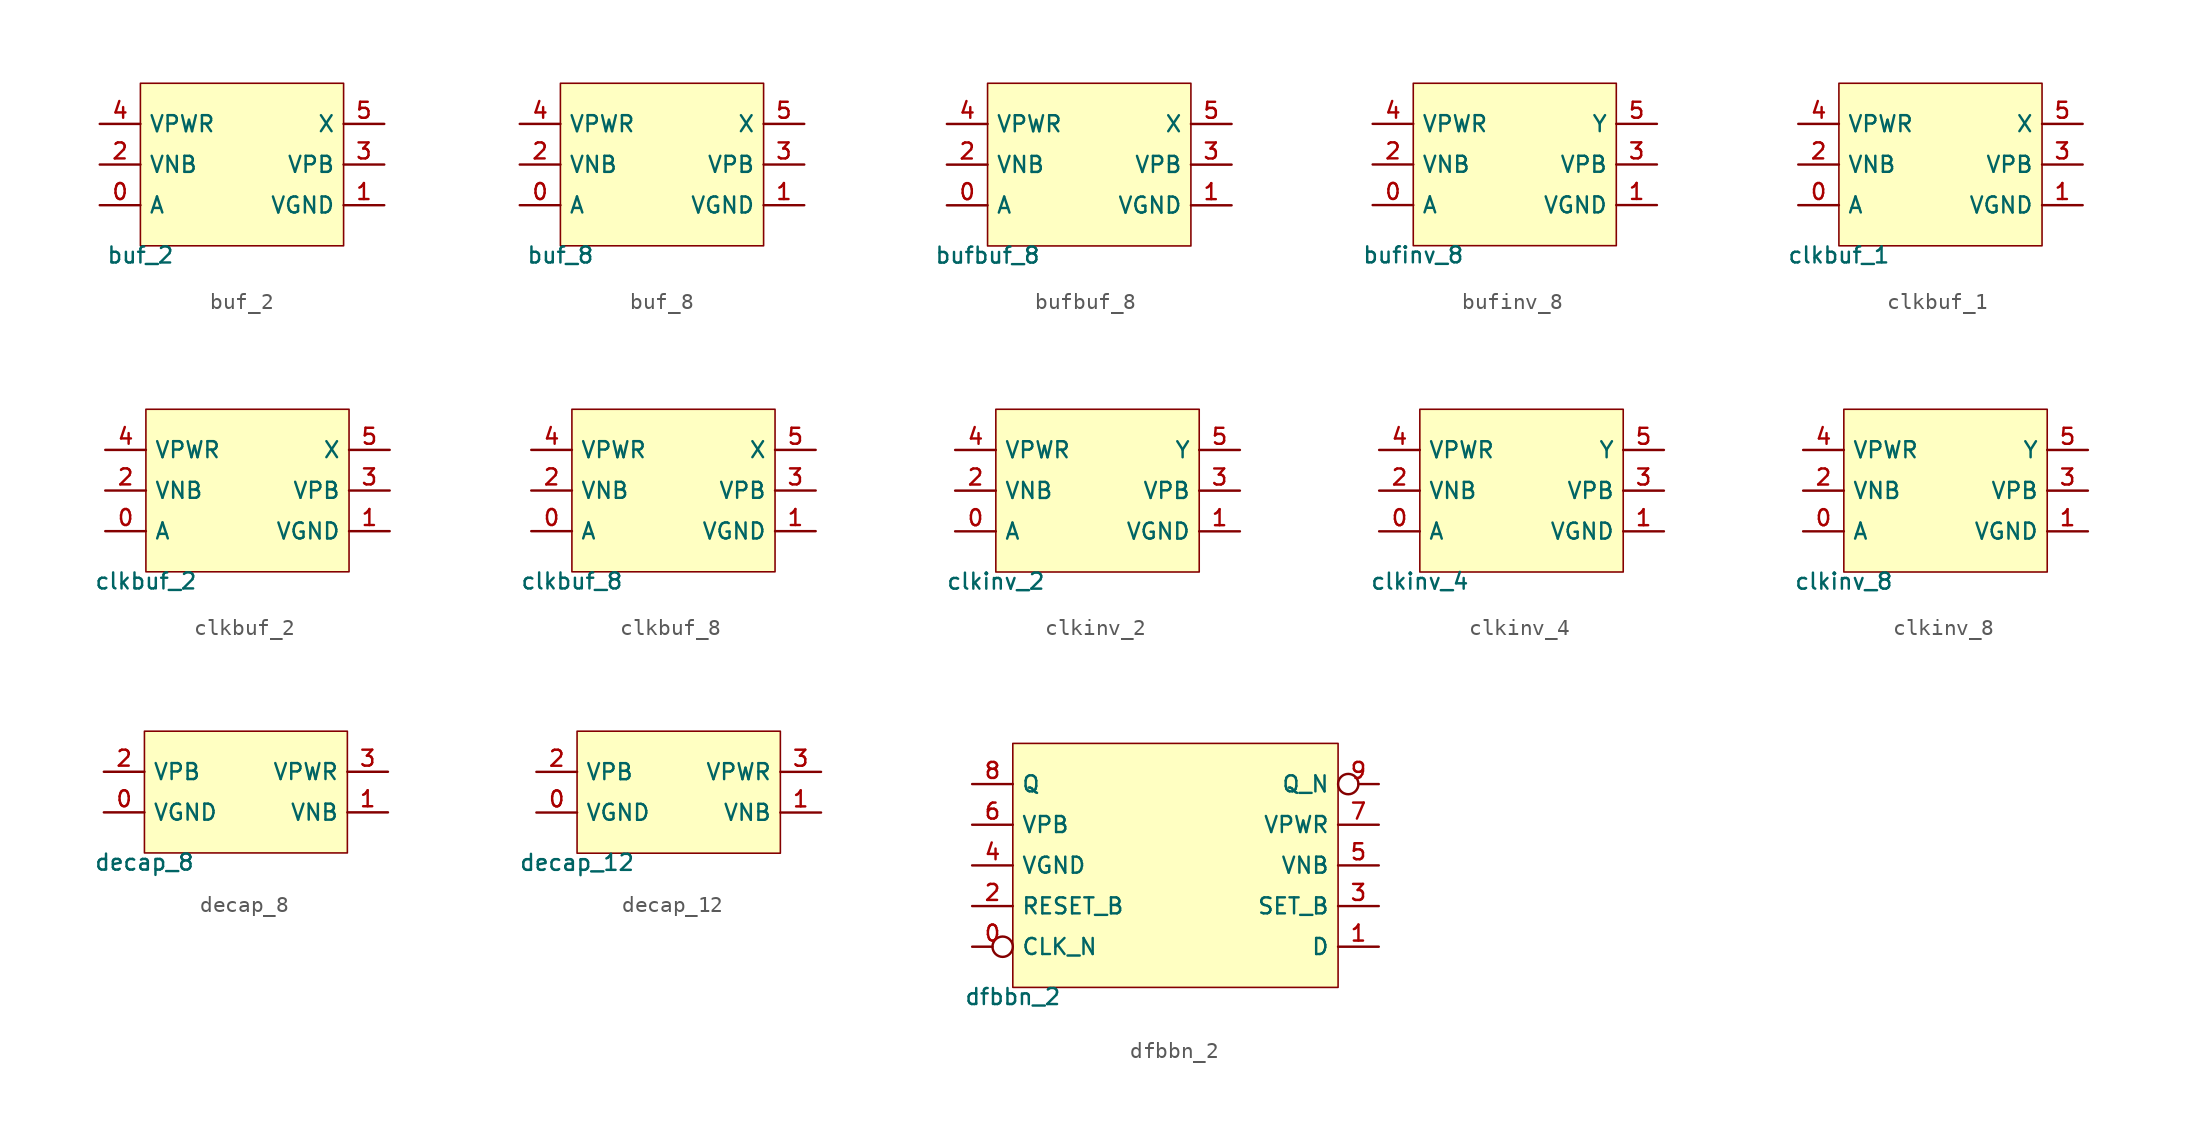
<source format=kicad_sym>
(kicad_symbol_lib
  (version 20211014)
  (generator pdk2kicad)
  (symbol "buf_2"
    (property "Reference" "X"
      (at 0 0 0)
      (effects (font (size 1 1)) hide))
    (property "Value" "buf_2"
      (at -6.35 -5.08 0)
      (effects (font (size 1 1)) (justify top)))
    (rectangle
      (start -6.35 -5.08)
      (end 6.35 5.08)
      (stroke (width 0.1) (type solid) (color 0 0 0 0))
      (fill (type background)))
    (pin bidirectional line
      (at -8.89 -2.54 0)
      (length 2.54)
      (name "A" (effects (font (size 1 1)) hide))
      (number "0" (effects (font (size 1 1)) hide)))
    (pin bidirectional line
      (at 8.89 -2.54 180)
      (length 2.54)
      (name "VGND" (effects (font (size 1 1)) hide))
      (number "1" (effects (font (size 1 1)) hide)))
    (pin bidirectional line
      (at -8.89 0.0 0)
      (length 2.54)
      (name "VNB" (effects (font (size 1 1)) hide))
      (number "2" (effects (font (size 1 1)) hide)))
    (pin bidirectional line
      (at 8.89 0.0 180)
      (length 2.54)
      (name "VPB" (effects (font (size 1 1)) hide))
      (number "3" (effects (font (size 1 1)) hide)))
    (pin bidirectional line
      (at -8.89 2.54 0)
      (length 2.54)
      (name "VPWR" (effects (font (size 1 1)) hide))
      (number "4" (effects (font (size 1 1)) hide)))
    (pin bidirectional line
      (at 8.89 2.54 180)
      (length 2.54)
      (name "X" (effects (font (size 1 1)) hide))
      (number "5" (effects (font (size 1 1)) hide))))
  (symbol "buf_8"
    (property "Reference" "X"
      (at 0 0 0)
      (effects (font (size 1 1)) hide))
    (property "Value" "buf_8"
      (at -6.35 -5.08 0)
      (effects (font (size 1 1)) (justify top)))
    (rectangle
      (start -6.35 -5.08)
      (end 6.35 5.08)
      (stroke (width 0.1) (type solid) (color 0 0 0 0))
      (fill (type background)))
    (pin bidirectional line
      (at -8.89 -2.54 0)
      (length 2.54)
      (name "A" (effects (font (size 1 1)) hide))
      (number "0" (effects (font (size 1 1)) hide)))
    (pin bidirectional line
      (at 8.89 -2.54 180)
      (length 2.54)
      (name "VGND" (effects (font (size 1 1)) hide))
      (number "1" (effects (font (size 1 1)) hide)))
    (pin bidirectional line
      (at -8.89 0.0 0)
      (length 2.54)
      (name "VNB" (effects (font (size 1 1)) hide))
      (number "2" (effects (font (size 1 1)) hide)))
    (pin bidirectional line
      (at 8.89 0.0 180)
      (length 2.54)
      (name "VPB" (effects (font (size 1 1)) hide))
      (number "3" (effects (font (size 1 1)) hide)))
    (pin bidirectional line
      (at -8.89 2.54 0)
      (length 2.54)
      (name "VPWR" (effects (font (size 1 1)) hide))
      (number "4" (effects (font (size 1 1)) hide)))
    (pin bidirectional line
      (at 8.89 2.54 180)
      (length 2.54)
      (name "X" (effects (font (size 1 1)) hide))
      (number "5" (effects (font (size 1 1)) hide))))
  (symbol "bufbuf_8"
    (property "Reference" "X"
      (at 0 0 0)
      (effects (font (size 1 1)) hide))
    (property "Value" "bufbuf_8"
      (at -6.35 -5.08 0)
      (effects (font (size 1 1)) (justify top)))
    (rectangle
      (start -6.35 -5.08)
      (end 6.35 5.08)
      (stroke (width 0.1) (type solid) (color 0 0 0 0))
      (fill (type background)))
    (pin bidirectional line
      (at -8.89 -2.54 0)
      (length 2.54)
      (name "A" (effects (font (size 1 1)) hide))
      (number "0" (effects (font (size 1 1)) hide)))
    (pin bidirectional line
      (at 8.89 -2.54 180)
      (length 2.54)
      (name "VGND" (effects (font (size 1 1)) hide))
      (number "1" (effects (font (size 1 1)) hide)))
    (pin bidirectional line
      (at -8.89 0.0 0)
      (length 2.54)
      (name "VNB" (effects (font (size 1 1)) hide))
      (number "2" (effects (font (size 1 1)) hide)))
    (pin bidirectional line
      (at 8.89 0.0 180)
      (length 2.54)
      (name "VPB" (effects (font (size 1 1)) hide))
      (number "3" (effects (font (size 1 1)) hide)))
    (pin bidirectional line
      (at -8.89 2.54 0)
      (length 2.54)
      (name "VPWR" (effects (font (size 1 1)) hide))
      (number "4" (effects (font (size 1 1)) hide)))
    (pin bidirectional line
      (at 8.89 2.54 180)
      (length 2.54)
      (name "X" (effects (font (size 1 1)) hide))
      (number "5" (effects (font (size 1 1)) hide))))
  (symbol "bufinv_8"
    (property "Reference" "X"
      (at 0 0 0)
      (effects (font (size 1 1)) hide))
    (property "Value" "bufinv_8"
      (at -6.35 -5.08 0)
      (effects (font (size 1 1)) (justify top)))
    (rectangle
      (start -6.35 -5.08)
      (end 6.35 5.08)
      (stroke (width 0.1) (type solid) (color 0 0 0 0))
      (fill (type background)))
    (pin bidirectional line
      (at -8.89 -2.54 0)
      (length 2.54)
      (name "A" (effects (font (size 1 1)) hide))
      (number "0" (effects (font (size 1 1)) hide)))
    (pin bidirectional line
      (at 8.89 -2.54 180)
      (length 2.54)
      (name "VGND" (effects (font (size 1 1)) hide))
      (number "1" (effects (font (size 1 1)) hide)))
    (pin bidirectional line
      (at -8.89 0.0 0)
      (length 2.54)
      (name "VNB" (effects (font (size 1 1)) hide))
      (number "2" (effects (font (size 1 1)) hide)))
    (pin bidirectional line
      (at 8.89 0.0 180)
      (length 2.54)
      (name "VPB" (effects (font (size 1 1)) hide))
      (number "3" (effects (font (size 1 1)) hide)))
    (pin bidirectional line
      (at -8.89 2.54 0)
      (length 2.54)
      (name "VPWR" (effects (font (size 1 1)) hide))
      (number "4" (effects (font (size 1 1)) hide)))
    (pin bidirectional line
      (at 8.89 2.54 180)
      (length 2.54)
      (name "Y" (effects (font (size 1 1)) hide))
      (number "5" (effects (font (size 1 1)) hide))))
  (symbol "clkbuf_1"
    (property "Reference" "X"
      (at 0 0 0)
      (effects (font (size 1 1)) hide))
    (property "Value" "clkbuf_1"
      (at -6.35 -5.08 0)
      (effects (font (size 1 1)) (justify top)))
    (rectangle
      (start -6.35 -5.08)
      (end 6.35 5.08)
      (stroke (width 0.1) (type solid) (color 0 0 0 0))
      (fill (type background)))
    (pin bidirectional line
      (at -8.89 -2.54 0)
      (length 2.54)
      (name "A" (effects (font (size 1 1)) hide))
      (number "0" (effects (font (size 1 1)) hide)))
    (pin bidirectional line
      (at 8.89 -2.54 180)
      (length 2.54)
      (name "VGND" (effects (font (size 1 1)) hide))
      (number "1" (effects (font (size 1 1)) hide)))
    (pin bidirectional line
      (at -8.89 0.0 0)
      (length 2.54)
      (name "VNB" (effects (font (size 1 1)) hide))
      (number "2" (effects (font (size 1 1)) hide)))
    (pin bidirectional line
      (at 8.89 0.0 180)
      (length 2.54)
      (name "VPB" (effects (font (size 1 1)) hide))
      (number "3" (effects (font (size 1 1)) hide)))
    (pin bidirectional line
      (at -8.89 2.54 0)
      (length 2.54)
      (name "VPWR" (effects (font (size 1 1)) hide))
      (number "4" (effects (font (size 1 1)) hide)))
    (pin bidirectional line
      (at 8.89 2.54 180)
      (length 2.54)
      (name "X" (effects (font (size 1 1)) hide))
      (number "5" (effects (font (size 1 1)) hide))))
  (symbol "clkbuf_2"
    (property "Reference" "X"
      (at 0 0 0)
      (effects (font (size 1 1)) hide))
    (property "Value" "clkbuf_2"
      (at -6.35 -5.08 0)
      (effects (font (size 1 1)) (justify top)))
    (rectangle
      (start -6.35 -5.08)
      (end 6.35 5.08)
      (stroke (width 0.1) (type solid) (color 0 0 0 0))
      (fill (type background)))
    (pin bidirectional line
      (at -8.89 -2.54 0)
      (length 2.54)
      (name "A" (effects (font (size 1 1)) hide))
      (number "0" (effects (font (size 1 1)) hide)))
    (pin bidirectional line
      (at 8.89 -2.54 180)
      (length 2.54)
      (name "VGND" (effects (font (size 1 1)) hide))
      (number "1" (effects (font (size 1 1)) hide)))
    (pin bidirectional line
      (at -8.89 0.0 0)
      (length 2.54)
      (name "VNB" (effects (font (size 1 1)) hide))
      (number "2" (effects (font (size 1 1)) hide)))
    (pin bidirectional line
      (at 8.89 0.0 180)
      (length 2.54)
      (name "VPB" (effects (font (size 1 1)) hide))
      (number "3" (effects (font (size 1 1)) hide)))
    (pin bidirectional line
      (at -8.89 2.54 0)
      (length 2.54)
      (name "VPWR" (effects (font (size 1 1)) hide))
      (number "4" (effects (font (size 1 1)) hide)))
    (pin bidirectional line
      (at 8.89 2.54 180)
      (length 2.54)
      (name "X" (effects (font (size 1 1)) hide))
      (number "5" (effects (font (size 1 1)) hide))))
  (symbol "clkbuf_8"
    (property "Reference" "X"
      (at 0 0 0)
      (effects (font (size 1 1)) hide))
    (property "Value" "clkbuf_8"
      (at -6.35 -5.08 0)
      (effects (font (size 1 1)) (justify top)))
    (rectangle
      (start -6.35 -5.08)
      (end 6.35 5.08)
      (stroke (width 0.1) (type solid) (color 0 0 0 0))
      (fill (type background)))
    (pin bidirectional line
      (at -8.89 -2.54 0)
      (length 2.54)
      (name "A" (effects (font (size 1 1)) hide))
      (number "0" (effects (font (size 1 1)) hide)))
    (pin bidirectional line
      (at 8.89 -2.54 180)
      (length 2.54)
      (name "VGND" (effects (font (size 1 1)) hide))
      (number "1" (effects (font (size 1 1)) hide)))
    (pin bidirectional line
      (at -8.89 0.0 0)
      (length 2.54)
      (name "VNB" (effects (font (size 1 1)) hide))
      (number "2" (effects (font (size 1 1)) hide)))
    (pin bidirectional line
      (at 8.89 0.0 180)
      (length 2.54)
      (name "VPB" (effects (font (size 1 1)) hide))
      (number "3" (effects (font (size 1 1)) hide)))
    (pin bidirectional line
      (at -8.89 2.54 0)
      (length 2.54)
      (name "VPWR" (effects (font (size 1 1)) hide))
      (number "4" (effects (font (size 1 1)) hide)))
    (pin bidirectional line
      (at 8.89 2.54 180)
      (length 2.54)
      (name "X" (effects (font (size 1 1)) hide))
      (number "5" (effects (font (size 1 1)) hide))))
  (symbol "clkinv_2"
    (property "Reference" "X"
      (at 0 0 0)
      (effects (font (size 1 1)) hide))
    (property "Value" "clkinv_2"
      (at -6.35 -5.08 0)
      (effects (font (size 1 1)) (justify top)))
    (rectangle
      (start -6.35 -5.08)
      (end 6.35 5.08)
      (stroke (width 0.1) (type solid) (color 0 0 0 0))
      (fill (type background)))
    (pin bidirectional line
      (at -8.89 -2.54 0)
      (length 2.54)
      (name "A" (effects (font (size 1 1)) hide))
      (number "0" (effects (font (size 1 1)) hide)))
    (pin bidirectional line
      (at 8.89 -2.54 180)
      (length 2.54)
      (name "VGND" (effects (font (size 1 1)) hide))
      (number "1" (effects (font (size 1 1)) hide)))
    (pin bidirectional line
      (at -8.89 0.0 0)
      (length 2.54)
      (name "VNB" (effects (font (size 1 1)) hide))
      (number "2" (effects (font (size 1 1)) hide)))
    (pin bidirectional line
      (at 8.89 0.0 180)
      (length 2.54)
      (name "VPB" (effects (font (size 1 1)) hide))
      (number "3" (effects (font (size 1 1)) hide)))
    (pin bidirectional line
      (at -8.89 2.54 0)
      (length 2.54)
      (name "VPWR" (effects (font (size 1 1)) hide))
      (number "4" (effects (font (size 1 1)) hide)))
    (pin bidirectional line
      (at 8.89 2.54 180)
      (length 2.54)
      (name "Y" (effects (font (size 1 1)) hide))
      (number "5" (effects (font (size 1 1)) hide))))
  (symbol "clkinv_4"
    (property "Reference" "X"
      (at 0 0 0)
      (effects (font (size 1 1)) hide))
    (property "Value" "clkinv_4"
      (at -6.35 -5.08 0)
      (effects (font (size 1 1)) (justify top)))
    (rectangle
      (start -6.35 -5.08)
      (end 6.35 5.08)
      (stroke (width 0.1) (type solid) (color 0 0 0 0))
      (fill (type background)))
    (pin bidirectional line
      (at -8.89 -2.54 0)
      (length 2.54)
      (name "A" (effects (font (size 1 1)) hide))
      (number "0" (effects (font (size 1 1)) hide)))
    (pin bidirectional line
      (at 8.89 -2.54 180)
      (length 2.54)
      (name "VGND" (effects (font (size 1 1)) hide))
      (number "1" (effects (font (size 1 1)) hide)))
    (pin bidirectional line
      (at -8.89 0.0 0)
      (length 2.54)
      (name "VNB" (effects (font (size 1 1)) hide))
      (number "2" (effects (font (size 1 1)) hide)))
    (pin bidirectional line
      (at 8.89 0.0 180)
      (length 2.54)
      (name "VPB" (effects (font (size 1 1)) hide))
      (number "3" (effects (font (size 1 1)) hide)))
    (pin bidirectional line
      (at -8.89 2.54 0)
      (length 2.54)
      (name "VPWR" (effects (font (size 1 1)) hide))
      (number "4" (effects (font (size 1 1)) hide)))
    (pin bidirectional line
      (at 8.89 2.54 180)
      (length 2.54)
      (name "Y" (effects (font (size 1 1)) hide))
      (number "5" (effects (font (size 1 1)) hide))))
  (symbol "clkinv_8"
    (property "Reference" "X"
      (at 0 0 0)
      (effects (font (size 1 1)) hide))
    (property "Value" "clkinv_8"
      (at -6.35 -5.08 0)
      (effects (font (size 1 1)) (justify top)))
    (rectangle
      (start -6.35 -5.08)
      (end 6.35 5.08)
      (stroke (width 0.1) (type solid) (color 0 0 0 0))
      (fill (type background)))
    (pin bidirectional line
      (at -8.89 -2.54 0)
      (length 2.54)
      (name "A" (effects (font (size 1 1)) hide))
      (number "0" (effects (font (size 1 1)) hide)))
    (pin bidirectional line
      (at 8.89 -2.54 180)
      (length 2.54)
      (name "VGND" (effects (font (size 1 1)) hide))
      (number "1" (effects (font (size 1 1)) hide)))
    (pin bidirectional line
      (at -8.89 0.0 0)
      (length 2.54)
      (name "VNB" (effects (font (size 1 1)) hide))
      (number "2" (effects (font (size 1 1)) hide)))
    (pin bidirectional line
      (at 8.89 0.0 180)
      (length 2.54)
      (name "VPB" (effects (font (size 1 1)) hide))
      (number "3" (effects (font (size 1 1)) hide)))
    (pin bidirectional line
      (at -8.89 2.54 0)
      (length 2.54)
      (name "VPWR" (effects (font (size 1 1)) hide))
      (number "4" (effects (font (size 1 1)) hide)))
    (pin bidirectional line
      (at 8.89 2.54 180)
      (length 2.54)
      (name "Y" (effects (font (size 1 1)) hide))
      (number "5" (effects (font (size 1 1)) hide))))
  (symbol "decap_8"
    (property "Reference" "X"
      (at 0 0 0)
      (effects (font (size 1 1)) hide))
    (property "Value" "decap_8"
      (at -6.35 -3.81 0)
      (effects (font (size 1 1)) (justify top)))
    (rectangle
      (start -6.35 -3.81)
      (end 6.35 3.81)
      (stroke (width 0.1) (type solid) (color 0 0 0 0))
      (fill (type background)))
    (pin bidirectional line
      (at -8.89 -1.27 0)
      (length 2.54)
      (name "VGND" (effects (font (size 1 1)) hide))
      (number "0" (effects (font (size 1 1)) hide)))
    (pin bidirectional line
      (at 8.89 -1.27 180)
      (length 2.54)
      (name "VNB" (effects (font (size 1 1)) hide))
      (number "1" (effects (font (size 1 1)) hide)))
    (pin bidirectional line
      (at -8.89 1.27 0)
      (length 2.54)
      (name "VPB" (effects (font (size 1 1)) hide))
      (number "2" (effects (font (size 1 1)) hide)))
    (pin bidirectional line
      (at 8.89 1.27 180)
      (length 2.54)
      (name "VPWR" (effects (font (size 1 1)) hide))
      (number "3" (effects (font (size 1 1)) hide))))
  (symbol "decap_12"
    (property "Reference" "X"
      (at 0 0 0)
      (effects (font (size 1 1)) hide))
    (property "Value" "decap_12"
      (at -6.35 -3.81 0)
      (effects (font (size 1 1)) (justify top)))
    (rectangle
      (start -6.35 -3.81)
      (end 6.35 3.81)
      (stroke (width 0.1) (type solid) (color 0 0 0 0))
      (fill (type background)))
    (pin bidirectional line
      (at -8.89 -1.27 0)
      (length 2.54)
      (name "VGND" (effects (font (size 1 1)) hide))
      (number "0" (effects (font (size 1 1)) hide)))
    (pin bidirectional line
      (at 8.89 -1.27 180)
      (length 2.54)
      (name "VNB" (effects (font (size 1 1)) hide))
      (number "1" (effects (font (size 1 1)) hide)))
    (pin bidirectional line
      (at -8.89 1.27 0)
      (length 2.54)
      (name "VPB" (effects (font (size 1 1)) hide))
      (number "2" (effects (font (size 1 1)) hide)))
    (pin bidirectional line
      (at 8.89 1.27 180)
      (length 2.54)
      (name "VPWR" (effects (font (size 1 1)) hide))
      (number "3" (effects (font (size 1 1)) hide))))
  (symbol "dfbbn_2"
    (property "Reference" "X"
      (at 0 0 0)
      (effects (font (size 1 1)) hide))
    (property "Value" "dfbbn_2"
      (at -10.16 -7.62 0)
      (effects (font (size 1 1)) (justify top)))
    (rectangle
      (start -10.16 -7.62)
      (end 10.16 7.62)
      (stroke (width 0.1) (type solid) (color 0 0 0 0))
      (fill (type background)))
    (pin bidirectional inverted
      (at -12.7 -5.08 0)
      (length 2.54)
      (name "CLK_N" (effects (font (size 1 1)) hide))
      (number "0" (effects (font (size 1 1)) hide)))
    (pin bidirectional line
      (at 12.7 -5.08 180)
      (length 2.54)
      (name "D" (effects (font (size 1 1)) hide))
      (number "1" (effects (font (size 1 1)) hide)))
    (pin bidirectional line
      (at -12.7 -2.54 0)
      (length 2.54)
      (name "RESET_B" (effects (font (size 1 1)) hide))
      (number "2" (effects (font (size 1 1)) hide)))
    (pin bidirectional line
      (at 12.7 -2.54 180)
      (length 2.54)
      (name "SET_B" (effects (font (size 1 1)) hide))
      (number "3" (effects (font (size 1 1)) hide)))
    (pin bidirectional line
      (at -12.7 8.881784197001252e-16 0)
      (length 2.54)
      (name "VGND" (effects (font (size 1 1)) hide))
      (number "4" (effects (font (size 1 1)) hide)))
    (pin bidirectional line
      (at 12.7 8.881784197001252e-16 180)
      (length 2.54)
      (name "VNB" (effects (font (size 1 1)) hide))
      (number "5" (effects (font (size 1 1)) hide)))
    (pin bidirectional line
      (at -12.7 2.54 0)
      (length 2.54)
      (name "VPB" (effects (font (size 1 1)) hide))
      (number "6" (effects (font (size 1 1)) hide)))
    (pin bidirectional line
      (at 12.7 2.54 180)
      (length 2.54)
      (name "VPWR" (effects (font (size 1 1)) hide))
      (number "7" (effects (font (size 1 1)) hide)))
    (pin bidirectional line
      (at -12.7 5.08 0)
      (length 2.54)
      (name "Q" (effects (font (size 1 1)) hide))
      (number "8" (effects (font (size 1 1)) hide)))
    (pin bidirectional inverted
      (at 12.7 5.08 180)
      (length 2.54)
      (name "Q_N" (effects (font (size 1 1)) hide))
      (number "9" (effects (font (size 1 1)) hide)))))
</source>
